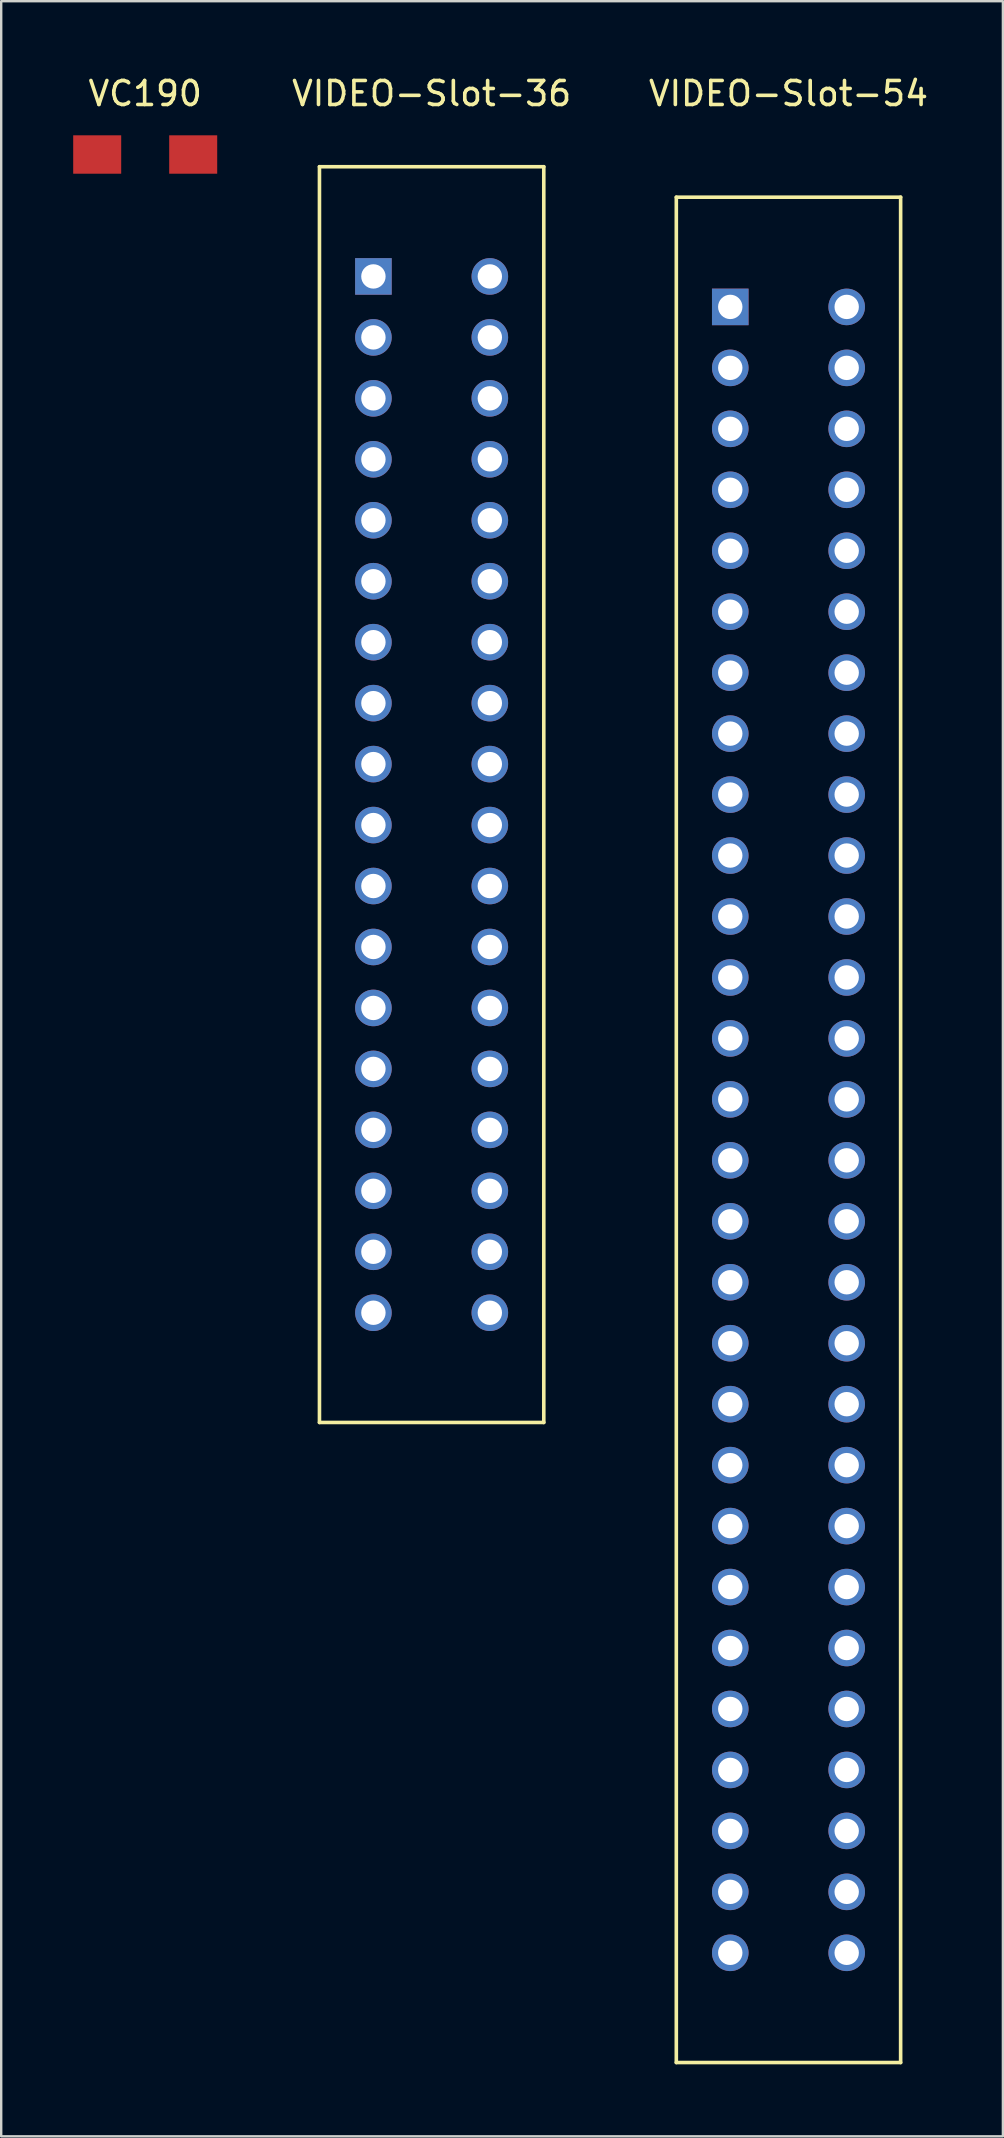
<source format=kicad_pcb>
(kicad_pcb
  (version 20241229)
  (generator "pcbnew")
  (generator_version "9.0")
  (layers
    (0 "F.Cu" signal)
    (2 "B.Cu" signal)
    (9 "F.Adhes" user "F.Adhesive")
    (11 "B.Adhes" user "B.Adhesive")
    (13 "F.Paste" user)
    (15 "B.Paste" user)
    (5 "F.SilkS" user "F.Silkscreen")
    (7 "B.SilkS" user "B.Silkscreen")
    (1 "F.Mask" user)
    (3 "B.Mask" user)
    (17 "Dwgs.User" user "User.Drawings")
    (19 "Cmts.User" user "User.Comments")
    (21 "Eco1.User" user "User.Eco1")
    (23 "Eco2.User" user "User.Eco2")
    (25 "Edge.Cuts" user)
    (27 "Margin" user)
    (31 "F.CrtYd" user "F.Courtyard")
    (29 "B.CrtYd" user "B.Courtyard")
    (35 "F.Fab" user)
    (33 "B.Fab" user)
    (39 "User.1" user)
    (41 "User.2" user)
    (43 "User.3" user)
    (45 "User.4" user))
  (footprint "VIDEO-Slot-36"
    (layer "F.Cu")
    (at 12.509 8.468)
    (property "Reference" "VIDEO-Slot-36" (at 2.426 -7.62 0) (layer "F.SilkS") (effects (font (size 1 1) (thickness 0.15))))
    (attr through_hole)
    (fp_line (start -2.248 -4.572) (end 7.099 -4.572) (stroke (width 0.15) (type solid)) (layer "F.SilkS"))
    (fp_line (start -2.248 47.752) (end -2.248 -4.572) (stroke (width 0.15) (type solid)) (layer "F.SilkS"))
    (fp_line (start 7.099 47.752) (end -2.248 47.752) (stroke (width 0.15) (type solid)) (layer "F.SilkS"))
    (fp_line (start 7.099 47.752) (end 7.099 -4.572) (stroke (width 0.15) (type solid)) (layer "F.SilkS"))
    (pad "1" thru_hole rect (at 0 0) (size 1.524 1.524) (drill 1.016) (layers "*.Cu" "*.Mask"))
    (pad "2" thru_hole circle (at 4.851 0) (size 1.524 1.524) (drill 1.016) (layers "*.Cu" "*.Mask"))
    (pad "3" thru_hole circle (at 0 2.54) (size 1.524 1.524) (drill 1.016) (layers "*.Cu" "*.Mask"))
    (pad "4" thru_hole circle (at 4.851 2.54) (size 1.524 1.524) (drill 1.016) (layers "*.Cu" "*.Mask"))
    (pad "5" thru_hole circle (at 0 5.08) (size 1.524 1.524) (drill 1.016) (layers "*.Cu" "*.Mask"))
    (pad "6" thru_hole circle (at 4.851 5.08) (size 1.524 1.524) (drill 1.016) (layers "*.Cu" "*.Mask"))
    (pad "7" thru_hole circle (at 0 7.62) (size 1.524 1.524) (drill 1.016) (layers "*.Cu" "*.Mask"))
    (pad "8" thru_hole circle (at 4.851 7.62) (size 1.524 1.524) (drill 1.016) (layers "*.Cu" "*.Mask"))
    (pad "9" thru_hole circle (at 0 10.16) (size 1.524 1.524) (drill 1.016) (layers "*.Cu" "*.Mask"))
    (pad "10" thru_hole circle (at 4.851 10.16) (size 1.524 1.524) (drill 1.016) (layers "*.Cu" "*.Mask"))
    (pad "11" thru_hole circle (at 0 12.7) (size 1.524 1.524) (drill 1.016) (layers "*.Cu" "*.Mask"))
    (pad "12" thru_hole circle (at 4.851 12.7) (size 1.524 1.524) (drill 1.016) (layers "*.Cu" "*.Mask"))
    (pad "13" thru_hole circle (at 0 15.24) (size 1.524 1.524) (drill 1.016) (layers "*.Cu" "*.Mask"))
    (pad "14" thru_hole circle (at 4.851 15.24) (size 1.524 1.524) (drill 1.016) (layers "*.Cu" "*.Mask"))
    (pad "15" thru_hole circle (at 0 17.78) (size 1.524 1.524) (drill 1.016) (layers "*.Cu" "*.Mask"))
    (pad "16" thru_hole circle (at 4.851 17.78) (size 1.524 1.524) (drill 1.016) (layers "*.Cu" "*.Mask"))
    (pad "17" thru_hole circle (at 0 20.32) (size 1.524 1.524) (drill 1.016) (layers "*.Cu" "*.Mask"))
    (pad "18" thru_hole circle (at 4.851 20.32) (size 1.524 1.524) (drill 1.016) (layers "*.Cu" "*.Mask"))
    (pad "19" thru_hole circle (at 0 22.86) (size 1.524 1.524) (drill 1.016) (layers "*.Cu" "*.Mask"))
    (pad "20" thru_hole circle (at 4.851 22.86) (size 1.524 1.524) (drill 1.016) (layers "*.Cu" "*.Mask"))
    (pad "21" thru_hole circle (at 0 25.4) (size 1.524 1.524) (drill 1.016) (layers "*.Cu" "*.Mask"))
    (pad "22" thru_hole circle (at 4.851 25.4) (size 1.524 1.524) (drill 1.016) (layers "*.Cu" "*.Mask"))
    (pad "23" thru_hole circle (at 0 27.94) (size 1.524 1.524) (drill 1.016) (layers "*.Cu" "*.Mask"))
    (pad "24" thru_hole circle (at 4.851 27.94) (size 1.524 1.524) (drill 1.016) (layers "*.Cu" "*.Mask"))
    (pad "25" thru_hole circle (at 0 30.48) (size 1.524 1.524) (drill 1.016) (layers "*.Cu" "*.Mask"))
    (pad "26" thru_hole circle (at 4.851 30.48) (size 1.524 1.524) (drill 1.016) (layers "*.Cu" "*.Mask"))
    (pad "27" thru_hole circle (at 0 33.02) (size 1.524 1.524) (drill 1.016) (layers "*.Cu" "*.Mask"))
    (pad "28" thru_hole circle (at 4.851 33.02) (size 1.524 1.524) (drill 1.016) (layers "*.Cu" "*.Mask"))
    (pad "29" thru_hole circle (at 0 35.56) (size 1.524 1.524) (drill 1.016) (layers "*.Cu" "*.Mask"))
    (pad "30" thru_hole circle (at 4.851 35.56) (size 1.524 1.524) (drill 1.016) (layers "*.Cu" "*.Mask"))
    (pad "31" thru_hole circle (at 0 38.1) (size 1.524 1.524) (drill 1.016) (layers "*.Cu" "*.Mask"))
    (pad "32" thru_hole circle (at 4.851 38.1) (size 1.524 1.524) (drill 1.016) (layers "*.Cu" "*.Mask"))
    (pad "33" thru_hole circle (at 0 40.64) (size 1.524 1.524) (drill 1.016) (layers "*.Cu" "*.Mask"))
    (pad "34" thru_hole circle (at 4.851 40.64) (size 1.524 1.524) (drill 1.016) (layers "*.Cu" "*.Mask"))
    (pad "35" thru_hole circle (at 0 43.18) (size 1.524 1.524) (drill 1.016) (layers "*.Cu" "*.Mask"))
    (pad "36" thru_hole circle (at 4.851 43.18) (size 1.524 1.524) (drill 1.016) (layers "*.Cu" "*.Mask")))
  (footprint "VC190"
    (layer "F.Cu")
    (at 3 3.388)
    (property "Reference" "VC190" (at 0 -2.54 0) (layer "F.SilkS") (effects (font (size 1 1) (thickness 0.15))))
    (attr through_hole)
    (pad "1" smd rect (at -2 0) (size 2 1.6) (layers "F.Cu" "F.Mask" "F.Paste"))
    (pad "2" smd rect (at 2 0) (size 2 1.6) (layers "F.Cu" "F.Mask" "F.Paste")))
  (footprint "VIDEO-Slot-54"
    (layer "F.Cu")
    (at 27.378 9.738)
    (property "Reference" "VIDEO-Slot-54" (at 2.426 -8.89 0) (layer "F.SilkS") (effects (font (size 1 1) (thickness 0.15))))
    (attr through_hole)
    (fp_line (start -2.248 -4.572) (end -2.248 73.152) (stroke (width 0.15) (type solid)) (layer "F.SilkS"))
    (fp_line (start -2.248 -4.572) (end 7.099 -4.572) (stroke (width 0.15) (type solid)) (layer "F.SilkS"))
    (fp_line (start -2.248 73.152) (end 7.099 73.152) (stroke (width 0.15) (type solid)) (layer "F.SilkS"))
    (fp_line (start 7.099 -4.572) (end 7.099 73.152) (stroke (width 0.15) (type solid)) (layer "F.SilkS"))
    (pad "1" thru_hole rect (at 0 0) (size 1.524 1.524) (drill 1.016) (layers "*.Cu" "*.Mask"))
    (pad "2" thru_hole circle (at 4.851 0) (size 1.524 1.524) (drill 1.016) (layers "*.Cu" "*.Mask"))
    (pad "3" thru_hole circle (at 0 2.54) (size 1.524 1.524) (drill 1.016) (layers "*.Cu" "*.Mask"))
    (pad "4" thru_hole circle (at 4.851 2.54) (size 1.524 1.524) (drill 1.016) (layers "*.Cu" "*.Mask"))
    (pad "5" thru_hole circle (at 0 5.08) (size 1.524 1.524) (drill 1.016) (layers "*.Cu" "*.Mask"))
    (pad "6" thru_hole circle (at 4.851 5.08) (size 1.524 1.524) (drill 1.016) (layers "*.Cu" "*.Mask"))
    (pad "7" thru_hole circle (at 0 7.62) (size 1.524 1.524) (drill 1.016) (layers "*.Cu" "*.Mask"))
    (pad "8" thru_hole circle (at 4.851 7.62) (size 1.524 1.524) (drill 1.016) (layers "*.Cu" "*.Mask"))
    (pad "9" thru_hole circle (at 0 10.16) (size 1.524 1.524) (drill 1.016) (layers "*.Cu" "*.Mask"))
    (pad "10" thru_hole circle (at 4.851 10.16) (size 1.524 1.524) (drill 1.016) (layers "*.Cu" "*.Mask"))
    (pad "11" thru_hole circle (at 0 12.7) (size 1.524 1.524) (drill 1.016) (layers "*.Cu" "*.Mask"))
    (pad "12" thru_hole circle (at 4.851 12.7) (size 1.524 1.524) (drill 1.016) (layers "*.Cu" "*.Mask"))
    (pad "13" thru_hole circle (at 0 15.24) (size 1.524 1.524) (drill 1.016) (layers "*.Cu" "*.Mask"))
    (pad "14" thru_hole circle (at 4.851 15.24) (size 1.524 1.524) (drill 1.016) (layers "*.Cu" "*.Mask"))
    (pad "15" thru_hole circle (at 0 17.78) (size 1.524 1.524) (drill 1.016) (layers "*.Cu" "*.Mask"))
    (pad "16" thru_hole circle (at 4.851 17.78) (size 1.524 1.524) (drill 1.016) (layers "*.Cu" "*.Mask"))
    (pad "17" thru_hole circle (at 0 20.32) (size 1.524 1.524) (drill 1.016) (layers "*.Cu" "*.Mask"))
    (pad "18" thru_hole circle (at 4.851 20.32) (size 1.524 1.524) (drill 1.016) (layers "*.Cu" "*.Mask"))
    (pad "19" thru_hole circle (at 0 22.86) (size 1.524 1.524) (drill 1.016) (layers "*.Cu" "*.Mask"))
    (pad "20" thru_hole circle (at 4.851 22.86) (size 1.524 1.524) (drill 1.016) (layers "*.Cu" "*.Mask"))
    (pad "21" thru_hole circle (at 0 25.4) (size 1.524 1.524) (drill 1.016) (layers "*.Cu" "*.Mask"))
    (pad "22" thru_hole circle (at 4.851 25.4) (size 1.524 1.524) (drill 1.016) (layers "*.Cu" "*.Mask"))
    (pad "23" thru_hole circle (at 0 27.94) (size 1.524 1.524) (drill 1.016) (layers "*.Cu" "*.Mask"))
    (pad "24" thru_hole circle (at 4.851 27.94) (size 1.524 1.524) (drill 1.016) (layers "*.Cu" "*.Mask"))
    (pad "25" thru_hole circle (at 0 30.48) (size 1.524 1.524) (drill 1.016) (layers "*.Cu" "*.Mask"))
    (pad "26" thru_hole circle (at 4.851 30.48) (size 1.524 1.524) (drill 1.016) (layers "*.Cu" "*.Mask"))
    (pad "27" thru_hole circle (at 0 33.02) (size 1.524 1.524) (drill 1.016) (layers "*.Cu" "*.Mask"))
    (pad "28" thru_hole circle (at 4.851 33.02) (size 1.524 1.524) (drill 1.016) (layers "*.Cu" "*.Mask"))
    (pad "29" thru_hole circle (at 0 35.56) (size 1.524 1.524) (drill 1.016) (layers "*.Cu" "*.Mask"))
    (pad "30" thru_hole circle (at 4.851 35.56) (size 1.524 1.524) (drill 1.016) (layers "*.Cu" "*.Mask"))
    (pad "31" thru_hole circle (at 0 38.1) (size 1.524 1.524) (drill 1.016) (layers "*.Cu" "*.Mask"))
    (pad "32" thru_hole circle (at 4.851 38.1) (size 1.524 1.524) (drill 1.016) (layers "*.Cu" "*.Mask"))
    (pad "33" thru_hole circle (at 0 40.64) (size 1.524 1.524) (drill 1.016) (layers "*.Cu" "*.Mask"))
    (pad "34" thru_hole circle (at 4.851 40.64) (size 1.524 1.524) (drill 1.016) (layers "*.Cu" "*.Mask"))
    (pad "35" thru_hole circle (at 0 43.18) (size 1.524 1.524) (drill 1.016) (layers "*.Cu" "*.Mask"))
    (pad "36" thru_hole circle (at 4.851 43.18) (size 1.524 1.524) (drill 1.016) (layers "*.Cu" "*.Mask"))
    (pad "37" thru_hole circle (at 0 45.72) (size 1.524 1.524) (drill 1.016) (layers "*.Cu" "*.Mask"))
    (pad "38" thru_hole circle (at 4.851 45.72) (size 1.524 1.524) (drill 1.016) (layers "*.Cu" "*.Mask"))
    (pad "39" thru_hole circle (at 0 48.26) (size 1.524 1.524) (drill 1.016) (layers "*.Cu" "*.Mask"))
    (pad "40" thru_hole circle (at 4.851 48.26) (size 1.524 1.524) (drill 1.016) (layers "*.Cu" "*.Mask"))
    (pad "41" thru_hole circle (at 0 50.8) (size 1.524 1.524) (drill 1.016) (layers "*.Cu" "*.Mask"))
    (pad "42" thru_hole circle (at 4.851 50.8) (size 1.524 1.524) (drill 1.016) (layers "*.Cu" "*.Mask"))
    (pad "43" thru_hole circle (at 0 53.34) (size 1.524 1.524) (drill 1.016) (layers "*.Cu" "*.Mask"))
    (pad "44" thru_hole circle (at 4.851 53.34) (size 1.524 1.524) (drill 1.016) (layers "*.Cu" "*.Mask"))
    (pad "45" thru_hole circle (at 0 55.88) (size 1.524 1.524) (drill 1.016) (layers "*.Cu" "*.Mask"))
    (pad "46" thru_hole circle (at 4.851 55.88) (size 1.524 1.524) (drill 1.016) (layers "*.Cu" "*.Mask"))
    (pad "47" thru_hole circle (at 0 58.42) (size 1.524 1.524) (drill 1.016) (layers "*.Cu" "*.Mask"))
    (pad "48" thru_hole circle (at 4.851 58.42) (size 1.524 1.524) (drill 1.016) (layers "*.Cu" "*.Mask"))
    (pad "49" thru_hole circle (at 0 60.96) (size 1.524 1.524) (drill 1.016) (layers "*.Cu" "*.Mask"))
    (pad "50" thru_hole circle (at 4.851 60.96) (size 1.524 1.524) (drill 1.016) (layers "*.Cu" "*.Mask"))
    (pad "51" thru_hole circle (at 0 63.5) (size 1.524 1.524) (drill 1.016) (layers "*.Cu" "*.Mask"))
    (pad "52" thru_hole circle (at 4.851 63.5) (size 1.524 1.524) (drill 1.016) (layers "*.Cu" "*.Mask"))
    (pad "53" thru_hole circle (at 0 66.04) (size 1.524 1.524) (drill 1.016) (layers "*.Cu" "*.Mask"))
    (pad "54" thru_hole circle (at 4.851 66.04) (size 1.524 1.524) (drill 1.016) (layers "*.Cu" "*.Mask"))
    (pad "55" thru_hole circle (at 0 68.58) (size 1.524 1.524) (drill 1.016) (layers "*.Cu" "*.Mask"))
    (pad "56" thru_hole circle (at 4.851 68.58) (size 1.524 1.524) (drill 1.016) (layers "*.Cu" "*.Mask")))
  (gr_rect
    (start -3 -3)
    (end 38.738 85.965)
    (stroke (width 0.1) (type default))
    (fill no)
    (layer "Edge.Cuts")))
</source>
